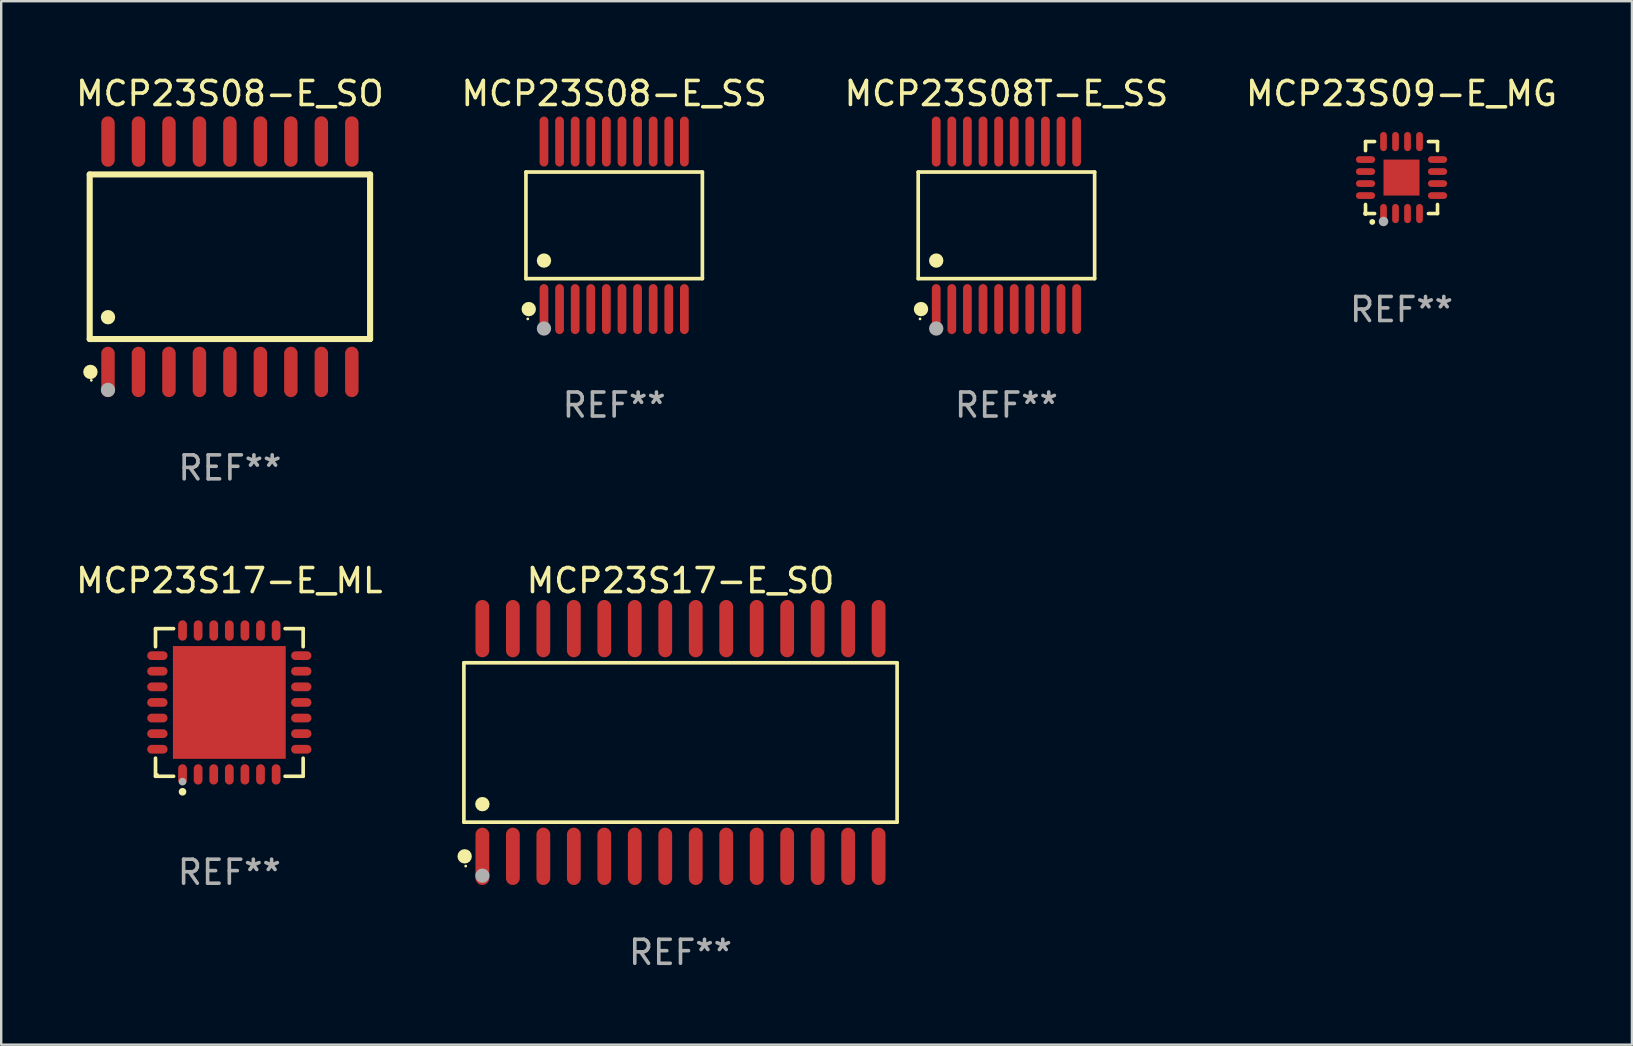
<source format=kicad_pcb>
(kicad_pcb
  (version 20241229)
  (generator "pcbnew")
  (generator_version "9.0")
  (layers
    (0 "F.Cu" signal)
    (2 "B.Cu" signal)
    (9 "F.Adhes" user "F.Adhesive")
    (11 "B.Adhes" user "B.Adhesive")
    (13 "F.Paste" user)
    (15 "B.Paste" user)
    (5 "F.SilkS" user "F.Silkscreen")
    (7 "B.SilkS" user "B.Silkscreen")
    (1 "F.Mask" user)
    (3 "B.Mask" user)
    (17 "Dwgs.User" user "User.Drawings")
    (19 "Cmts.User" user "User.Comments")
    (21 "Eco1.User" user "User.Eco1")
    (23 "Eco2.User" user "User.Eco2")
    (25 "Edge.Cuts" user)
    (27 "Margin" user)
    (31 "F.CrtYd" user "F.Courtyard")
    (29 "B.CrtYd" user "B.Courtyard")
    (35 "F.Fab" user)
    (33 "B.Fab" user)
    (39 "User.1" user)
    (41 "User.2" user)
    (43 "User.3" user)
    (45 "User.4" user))
  (footprint "MCP23S08-E_SS"
    (layer "F.Cu")
    (at 22.542 6.339)
    (property "Reference" "MCP23S08-E_SS" (at 0 -5.491 0) (layer "F.SilkS") (effects (font (size 1 1) (thickness 0.15))))
    (attr through_hole)
    (fp_line (start -3.676 -2.221) (end 3.676 -2.221) (stroke (width 0.152) (type solid)) (layer "F.SilkS"))
    (fp_line (start -3.676 2.221) (end -3.676 -2.221) (stroke (width 0.152) (type solid)) (layer "F.SilkS"))
    (fp_line (start 3.676 -2.221) (end 3.676 2.221) (stroke (width 0.152) (type solid)) (layer "F.SilkS"))
    (fp_line (start 3.676 2.221) (end -3.676 2.221) (stroke (width 0.152) (type solid)) (layer "F.SilkS"))
    (fp_circle (center -3.6 3.9) (end -3.57 3.9) (stroke (width 0.06) (type solid)) (fill no) (layer "F.SilkS"))
    (fp_circle (center -3.559 3.491) (end -3.409 3.491) (stroke (width 0.3) (type solid)) (fill no) (layer "F.SilkS"))
    (fp_circle (center -2.925 1.469) (end -2.775 1.469) (stroke (width 0.3) (type solid)) (fill no) (layer "F.SilkS"))
    (fp_circle (center -2.925 4.3) (end -2.775 4.3) (stroke (width 0.3) (type solid)) (fill no) (layer "F.Fab"))
    (fp_text user "REF**" (at 0 7.491 0) (layer "F.Fab") (effects (font (size 1 1) (thickness 0.15))))
    (pad "1" smd oval (at -2.925 3.491) (size 0.364 2.082) (layers "F.Cu" "F.Mask" "F.Paste"))
    (pad "2" smd oval (at -2.275 3.491) (size 0.364 2.082) (layers "F.Cu" "F.Mask" "F.Paste"))
    (pad "3" smd oval (at -1.625 3.491) (size 0.364 2.082) (layers "F.Cu" "F.Mask" "F.Paste"))
    (pad "4" smd oval (at -0.975 3.491) (size 0.364 2.082) (layers "F.Cu" "F.Mask" "F.Paste"))
    (pad "5" smd oval (at -0.325 3.491) (size 0.364 2.082) (layers "F.Cu" "F.Mask" "F.Paste"))
    (pad "6" smd oval (at 0.325 3.491) (size 0.364 2.082) (layers "F.Cu" "F.Mask" "F.Paste"))
    (pad "7" smd oval (at 0.975 3.491) (size 0.364 2.082) (layers "F.Cu" "F.Mask" "F.Paste"))
    (pad "8" smd oval (at 1.625 3.491) (size 0.364 2.082) (layers "F.Cu" "F.Mask" "F.Paste"))
    (pad "9" smd oval (at 2.275 3.491) (size 0.364 2.082) (layers "F.Cu" "F.Mask" "F.Paste"))
    (pad "10" smd oval (at 2.925 3.491) (size 0.364 2.082) (layers "F.Cu" "F.Mask" "F.Paste"))
    (pad "11" smd oval (at 2.925 -3.491) (size 0.364 2.082) (layers "F.Cu" "F.Mask" "F.Paste"))
    (pad "12" smd oval (at 2.275 -3.491) (size 0.364 2.082) (layers "F.Cu" "F.Mask" "F.Paste"))
    (pad "13" smd oval (at 1.625 -3.491) (size 0.364 2.082) (layers "F.Cu" "F.Mask" "F.Paste"))
    (pad "14" smd oval (at 0.975 -3.491) (size 0.364 2.082) (layers "F.Cu" "F.Mask" "F.Paste"))
    (pad "15" smd oval (at 0.325 -3.491) (size 0.364 2.082) (layers "F.Cu" "F.Mask" "F.Paste"))
    (pad "16" smd oval (at -0.325 -3.491) (size 0.364 2.082) (layers "F.Cu" "F.Mask" "F.Paste"))
    (pad "17" smd oval (at -0.975 -3.491) (size 0.364 2.082) (layers "F.Cu" "F.Mask" "F.Paste"))
    (pad "18" smd oval (at -1.625 -3.491) (size 0.364 2.082) (layers "F.Cu" "F.Mask" "F.Paste"))
    (pad "19" smd oval (at -2.275 -3.491) (size 0.364 2.082) (layers "F.Cu" "F.Mask" "F.Paste"))
    (pad "20" smd oval (at -2.925 -3.491) (size 0.364 2.082) (layers "F.Cu" "F.Mask" "F.Paste")))
  (footprint "MCP23S08T-E_SS"
    (layer "F.Cu")
    (at 38.887 6.339)
    (property "Reference" "MCP23S08T-E_SS" (at 0 -5.491 0) (layer "F.SilkS") (effects (font (size 1 1) (thickness 0.15))))
    (attr through_hole)
    (fp_line (start -3.676 -2.221) (end 3.676 -2.221) (stroke (width 0.152) (type solid)) (layer "F.SilkS"))
    (fp_line (start -3.676 2.221) (end -3.676 -2.221) (stroke (width 0.152) (type solid)) (layer "F.SilkS"))
    (fp_line (start 3.676 -2.221) (end 3.676 2.221) (stroke (width 0.152) (type solid)) (layer "F.SilkS"))
    (fp_line (start 3.676 2.221) (end -3.676 2.221) (stroke (width 0.152) (type solid)) (layer "F.SilkS"))
    (fp_circle (center -3.6 3.9) (end -3.57 3.9) (stroke (width 0.06) (type solid)) (fill no) (layer "F.SilkS"))
    (fp_circle (center -3.559 3.491) (end -3.409 3.491) (stroke (width 0.3) (type solid)) (fill no) (layer "F.SilkS"))
    (fp_circle (center -2.925 1.469) (end -2.775 1.469) (stroke (width 0.3) (type solid)) (fill no) (layer "F.SilkS"))
    (fp_circle (center -2.925 4.3) (end -2.775 4.3) (stroke (width 0.3) (type solid)) (fill no) (layer "F.Fab"))
    (fp_text user "REF**" (at 0 7.491 0) (layer "F.Fab") (effects (font (size 1 1) (thickness 0.15))))
    (pad "1" smd oval (at -2.925 3.491) (size 0.364 2.082) (layers "F.Cu" "F.Mask" "F.Paste"))
    (pad "2" smd oval (at -2.275 3.491) (size 0.364 2.082) (layers "F.Cu" "F.Mask" "F.Paste"))
    (pad "3" smd oval (at -1.625 3.491) (size 0.364 2.082) (layers "F.Cu" "F.Mask" "F.Paste"))
    (pad "4" smd oval (at -0.975 3.491) (size 0.364 2.082) (layers "F.Cu" "F.Mask" "F.Paste"))
    (pad "5" smd oval (at -0.325 3.491) (size 0.364 2.082) (layers "F.Cu" "F.Mask" "F.Paste"))
    (pad "6" smd oval (at 0.325 3.491) (size 0.364 2.082) (layers "F.Cu" "F.Mask" "F.Paste"))
    (pad "7" smd oval (at 0.975 3.491) (size 0.364 2.082) (layers "F.Cu" "F.Mask" "F.Paste"))
    (pad "8" smd oval (at 1.625 3.491) (size 0.364 2.082) (layers "F.Cu" "F.Mask" "F.Paste"))
    (pad "9" smd oval (at 2.275 3.491) (size 0.364 2.082) (layers "F.Cu" "F.Mask" "F.Paste"))
    (pad "10" smd oval (at 2.925 3.491) (size 0.364 2.082) (layers "F.Cu" "F.Mask" "F.Paste"))
    (pad "11" smd oval (at 2.925 -3.491) (size 0.364 2.082) (layers "F.Cu" "F.Mask" "F.Paste"))
    (pad "12" smd oval (at 2.275 -3.491) (size 0.364 2.082) (layers "F.Cu" "F.Mask" "F.Paste"))
    (pad "13" smd oval (at 1.625 -3.491) (size 0.364 2.082) (layers "F.Cu" "F.Mask" "F.Paste"))
    (pad "14" smd oval (at 0.975 -3.491) (size 0.364 2.082) (layers "F.Cu" "F.Mask" "F.Paste"))
    (pad "15" smd oval (at 0.325 -3.491) (size 0.364 2.082) (layers "F.Cu" "F.Mask" "F.Paste"))
    (pad "16" smd oval (at -0.325 -3.491) (size 0.364 2.082) (layers "F.Cu" "F.Mask" "F.Paste"))
    (pad "17" smd oval (at -0.975 -3.491) (size 0.364 2.082) (layers "F.Cu" "F.Mask" "F.Paste"))
    (pad "18" smd oval (at -1.625 -3.491) (size 0.364 2.082) (layers "F.Cu" "F.Mask" "F.Paste"))
    (pad "19" smd oval (at -2.275 -3.491) (size 0.364 2.082) (layers "F.Cu" "F.Mask" "F.Paste"))
    (pad "20" smd oval (at -2.925 -3.491) (size 0.364 2.082) (layers "F.Cu" "F.Mask" "F.Paste")))
  (footprint "MCP23S08-E_SO"
    (layer "F.Cu")
    (at 6.53 7.648)
    (property "Reference" "MCP23S08-E_SO" (at 0 -6.8 0) (layer "F.SilkS") (effects (font (size 1 1) (thickness 0.15))))
    (attr through_hole)
    (fp_line (start -5.842 -3.429) (end -5.842 3.429) (stroke (width 0.254) (type solid)) (layer "F.SilkS"))
    (fp_line (start -5.842 3.429) (end 5.842 3.429) (stroke (width 0.254) (type solid)) (layer "F.SilkS"))
    (fp_line (start 5.842 -3.429) (end -5.842 -3.429) (stroke (width 0.254) (type solid)) (layer "F.SilkS"))
    (fp_line (start 5.842 3.429) (end 5.842 -3.429) (stroke (width 0.254) (type solid)) (layer "F.SilkS"))
    (fp_circle (center -5.812 4.8) (end -5.662 4.8) (stroke (width 0.3) (type solid)) (fill no) (layer "F.SilkS"))
    (fp_circle (center -5.775 5.15) (end -5.745 5.15) (stroke (width 0.06) (type solid)) (fill no) (layer "F.SilkS"))
    (fp_circle (center -5.08 2.519) (end -4.93 2.519) (stroke (width 0.3) (type solid)) (fill no) (layer "F.SilkS"))
    (fp_circle (center -5.08 5.55) (end -4.93 5.55) (stroke (width 0.3) (type solid)) (fill no) (layer "F.Fab"))
    (fp_text user "REF**" (at 0 8.8 0) (layer "F.Fab") (effects (font (size 1 1) (thickness 0.15))))
    (pad "1" smd oval (at -5.08 4.8) (size 0.56 2.1) (layers "F.Cu" "F.Mask" "F.Paste"))
    (pad "2" smd oval (at -3.81 4.8) (size 0.56 2.1) (layers "F.Cu" "F.Mask" "F.Paste"))
    (pad "3" smd oval (at -2.54 4.8) (size 0.56 2.1) (layers "F.Cu" "F.Mask" "F.Paste"))
    (pad "4" smd oval (at -1.27 4.8) (size 0.56 2.1) (layers "F.Cu" "F.Mask" "F.Paste"))
    (pad "5" smd oval (at 0 4.8) (size 0.56 2.1) (layers "F.Cu" "F.Mask" "F.Paste"))
    (pad "6" smd oval (at 1.27 4.8) (size 0.56 2.1) (layers "F.Cu" "F.Mask" "F.Paste"))
    (pad "7" smd oval (at 2.54 4.8) (size 0.56 2.1) (layers "F.Cu" "F.Mask" "F.Paste"))
    (pad "8" smd oval (at 3.81 4.8) (size 0.56 2.1) (layers "F.Cu" "F.Mask" "F.Paste"))
    (pad "9" smd oval (at 5.08 4.8) (size 0.56 2.1) (layers "F.Cu" "F.Mask" "F.Paste"))
    (pad "10" smd oval (at 5.08 -4.8) (size 0.56 2.1) (layers "F.Cu" "F.Mask" "F.Paste"))
    (pad "11" smd oval (at 3.81 -4.8) (size 0.56 2.1) (layers "F.Cu" "F.Mask" "F.Paste"))
    (pad "12" smd oval (at 2.54 -4.8) (size 0.56 2.1) (layers "F.Cu" "F.Mask" "F.Paste"))
    (pad "13" smd oval (at 1.27 -4.8) (size 0.56 2.1) (layers "F.Cu" "F.Mask" "F.Paste"))
    (pad "14" smd oval (at 0 -4.8) (size 0.56 2.1) (layers "F.Cu" "F.Mask" "F.Paste"))
    (pad "15" smd oval (at -1.27 -4.8) (size 0.56 2.1) (layers "F.Cu" "F.Mask" "F.Paste"))
    (pad "16" smd oval (at -2.54 -4.8) (size 0.56 2.1) (layers "F.Cu" "F.Mask" "F.Paste"))
    (pad "17" smd oval (at -3.81 -4.8) (size 0.56 2.1) (layers "F.Cu" "F.Mask" "F.Paste"))
    (pad "18" smd oval (at -5.08 -4.8) (size 0.56 2.1) (layers "F.Cu" "F.Mask" "F.Paste")))
  (footprint "MCP23S09-E_MG"
    (layer "F.Cu")
    (at 55.351 4.349)
    (property "Reference" "MCP23S09-E_MG" (at 0 -3.5 0) (layer "F.SilkS") (effects (font (size 1 1) (thickness 0.15))))
    (attr through_hole)
    (fp_line (start -1.5 -1.5) (end -1.121 -1.5) (stroke (width 0.15) (type solid)) (layer "F.SilkS"))
    (fp_line (start -1.5 -1.122) (end -1.5 -1.5) (stroke (width 0.15) (type solid)) (layer "F.SilkS"))
    (fp_line (start -1.5 1.5) (end -1.5 1.121) (stroke (width 0.15) (type solid)) (layer "F.SilkS"))
    (fp_line (start -1.121 1.5) (end -1.5 1.5) (stroke (width 0.15) (type solid)) (layer "F.SilkS"))
    (fp_line (start 1.121 -1.5) (end 1.5 -1.5) (stroke (width 0.15) (type solid)) (layer "F.SilkS"))
    (fp_line (start 1.5 -1.5) (end 1.5 -1.122) (stroke (width 0.15) (type solid)) (layer "F.SilkS"))
    (fp_line (start 1.5 1.121) (end 1.5 1.5) (stroke (width 0.15) (type solid)) (layer "F.SilkS"))
    (fp_line (start 1.5 1.5) (end 1.121 1.5) (stroke (width 0.15) (type solid)) (layer "F.SilkS"))
    (fp_arc (start -1.219926 1.850254) (mid -1.21891 1.85025) (end -1.217894 1.850254) (stroke (width 0.240005) (type solid)) (layer "F.SilkS"))
    (fp_circle (center -1.5 1.5) (end -1.45 1.5) (stroke (width 0.1) (type solid)) (fill no) (layer "F.SilkS"))
    (fp_circle (center -0.75 1.83) (end -0.65 1.83) (stroke (width 0.2) (type solid)) (fill no) (layer "F.Fab"))
    (fp_text user "REF**" (at 0 5.5 0) (layer "F.Fab") (effects (font (size 1 1) (thickness 0.15))))
    (pad "1" smd oval (at -0.75 1.5) (size 0.28 0.8) (layers "F.Cu" "F.Mask" "F.Paste"))
    (pad "2" smd oval (at -0.25 1.5) (size 0.28 0.8) (layers "F.Cu" "F.Mask" "F.Paste"))
    (pad "3" smd oval (at 0.25 1.5) (size 0.28 0.8) (layers "F.Cu" "F.Mask" "F.Paste"))
    (pad "4" smd oval (at 0.75 1.5) (size 0.28 0.8) (layers "F.Cu" "F.Mask" "F.Paste"))
    (pad "5" smd oval (at 1.5 0.75) (size 0.8 0.28) (layers "F.Cu" "F.Mask" "F.Paste"))
    (pad "6" smd oval (at 1.5 0.25) (size 0.8 0.28) (layers "F.Cu" "F.Mask" "F.Paste"))
    (pad "7" smd oval (at 1.5 -0.25) (size 0.8 0.28) (layers "F.Cu" "F.Mask" "F.Paste"))
    (pad "8" smd oval (at 1.5 -0.75) (size 0.8 0.28) (layers "F.Cu" "F.Mask" "F.Paste"))
    (pad "9" smd oval (at 0.75 -1.5) (size 0.28 0.8) (layers "F.Cu" "F.Mask" "F.Paste"))
    (pad "10" smd oval (at 0.25 -1.5) (size 0.28 0.8) (layers "F.Cu" "F.Mask" "F.Paste"))
    (pad "11" smd oval (at -0.25 -1.5) (size 0.28 0.8) (layers "F.Cu" "F.Mask" "F.Paste"))
    (pad "12" smd oval (at -0.75 -1.5) (size 0.28 0.8) (layers "F.Cu" "F.Mask" "F.Paste"))
    (pad "13" smd oval (at -1.5 -0.75) (size 0.8 0.28) (layers "F.Cu" "F.Mask" "F.Paste"))
    (pad "14" smd oval (at -1.5 -0.25) (size 0.8 0.28) (layers "F.Cu" "F.Mask" "F.Paste"))
    (pad "15" smd oval (at -1.5 0.25) (size 0.8 0.28) (layers "F.Cu" "F.Mask" "F.Paste"))
    (pad "16" smd oval (at -1.5 0.75) (size 0.8 0.28) (layers "F.Cu" "F.Mask" "F.Paste"))
    (pad "17" smd rect (at -0.000064 0.000165) (size 1.5 1.5) (layers "F.Cu" "F.Mask" "F.Paste")))
  (footprint "MCP23S17-E_SO"
    (layer "F.Cu")
    (at 25.306 27.889)
    (property "Reference" "MCP23S17-E_SO" (at 0 -6.744 0) (layer "F.SilkS") (effects (font (size 1 1) (thickness 0.15))))
    (attr through_hole)
    (fp_line (start -9.026 -3.321) (end 9.026 -3.321) (stroke (width 0.152) (type solid)) (layer "F.SilkS"))
    (fp_line (start -9.026 3.321) (end -9.026 -3.321) (stroke (width 0.152) (type solid)) (layer "F.SilkS"))
    (fp_line (start 9.026 -3.321) (end 9.026 3.321) (stroke (width 0.152) (type solid)) (layer "F.SilkS"))
    (fp_line (start 9.026 3.321) (end -9.026 3.321) (stroke (width 0.152) (type solid)) (layer "F.SilkS"))
    (fp_circle (center -8.994 4.744) (end -8.844 4.744) (stroke (width 0.3) (type solid)) (fill no) (layer "F.SilkS"))
    (fp_circle (center -8.95 5.15) (end -8.92 5.15) (stroke (width 0.06) (type solid)) (fill no) (layer "F.SilkS"))
    (fp_circle (center -8.255 2.569) (end -8.105 2.569) (stroke (width 0.3) (type solid)) (fill no) (layer "F.SilkS"))
    (fp_circle (center -8.255 5.55) (end -8.105 5.55) (stroke (width 0.3) (type solid)) (fill no) (layer "F.Fab"))
    (fp_text user "REF**" (at 0 8.744 0) (layer "F.Fab") (effects (font (size 1 1) (thickness 0.15))))
    (pad "1" smd oval (at -8.255 4.744) (size 0.574 2.388) (layers "F.Cu" "F.Mask" "F.Paste"))
    (pad "2" smd oval (at -6.985 4.744) (size 0.574 2.388) (layers "F.Cu" "F.Mask" "F.Paste"))
    (pad "3" smd oval (at -5.715 4.744) (size 0.574 2.388) (layers "F.Cu" "F.Mask" "F.Paste"))
    (pad "4" smd oval (at -4.445 4.744) (size 0.574 2.388) (layers "F.Cu" "F.Mask" "F.Paste"))
    (pad "5" smd oval (at -3.175 4.744) (size 0.574 2.388) (layers "F.Cu" "F.Mask" "F.Paste"))
    (pad "6" smd oval (at -1.905 4.744) (size 0.574 2.388) (layers "F.Cu" "F.Mask" "F.Paste"))
    (pad "7" smd oval (at -0.635 4.744) (size 0.574 2.388) (layers "F.Cu" "F.Mask" "F.Paste"))
    (pad "8" smd oval (at 0.635 4.744) (size 0.574 2.388) (layers "F.Cu" "F.Mask" "F.Paste"))
    (pad "9" smd oval (at 1.905 4.744) (size 0.574 2.388) (layers "F.Cu" "F.Mask" "F.Paste"))
    (pad "10" smd oval (at 3.175 4.744) (size 0.574 2.388) (layers "F.Cu" "F.Mask" "F.Paste"))
    (pad "11" smd oval (at 4.445 4.744) (size 0.574 2.388) (layers "F.Cu" "F.Mask" "F.Paste"))
    (pad "12" smd oval (at 5.715 4.744) (size 0.574 2.388) (layers "F.Cu" "F.Mask" "F.Paste"))
    (pad "13" smd oval (at 6.985 4.744) (size 0.574 2.388) (layers "F.Cu" "F.Mask" "F.Paste"))
    (pad "14" smd oval (at 8.255 4.744) (size 0.574 2.388) (layers "F.Cu" "F.Mask" "F.Paste"))
    (pad "15" smd oval (at 8.255 -4.744) (size 0.574 2.388) (layers "F.Cu" "F.Mask" "F.Paste"))
    (pad "16" smd oval (at 6.985 -4.744) (size 0.574 2.388) (layers "F.Cu" "F.Mask" "F.Paste"))
    (pad "17" smd oval (at 5.715 -4.744) (size 0.574 2.388) (layers "F.Cu" "F.Mask" "F.Paste"))
    (pad "18" smd oval (at 4.445 -4.744) (size 0.574 2.388) (layers "F.Cu" "F.Mask" "F.Paste"))
    (pad "19" smd oval (at 3.175 -4.744) (size 0.574 2.388) (layers "F.Cu" "F.Mask" "F.Paste"))
    (pad "20" smd oval (at 1.905 -4.744) (size 0.574 2.388) (layers "F.Cu" "F.Mask" "F.Paste"))
    (pad "21" smd oval (at 0.635 -4.744) (size 0.574 2.388) (layers "F.Cu" "F.Mask" "F.Paste"))
    (pad "22" smd oval (at -0.635 -4.744) (size 0.574 2.388) (layers "F.Cu" "F.Mask" "F.Paste"))
    (pad "23" smd oval (at -1.905 -4.744) (size 0.574 2.388) (layers "F.Cu" "F.Mask" "F.Paste"))
    (pad "24" smd oval (at -3.175 -4.744) (size 0.574 2.388) (layers "F.Cu" "F.Mask" "F.Paste"))
    (pad "25" smd oval (at -4.445 -4.744) (size 0.574 2.388) (layers "F.Cu" "F.Mask" "F.Paste"))
    (pad "26" smd oval (at -5.715 -4.744) (size 0.574 2.388) (layers "F.Cu" "F.Mask" "F.Paste"))
    (pad "27" smd oval (at -6.985 -4.744) (size 0.574 2.388) (layers "F.Cu" "F.Mask" "F.Paste"))
    (pad "28" smd oval (at -8.255 -4.744) (size 0.574 2.388) (layers "F.Cu" "F.Mask" "F.Paste")))
  (footprint "MCP23S17-E_ML"
    (layer "F.Cu")
    (at 6.506 26.221)
    (property "Reference" "MCP23S17-E_ML" (at 0 -5.076 0) (layer "F.SilkS") (effects (font (size 1 1) (thickness 0.15))))
    (attr through_hole)
    (fp_line (start -3.076 -3.076) (end -2.323 -3.076) (stroke (width 0.152) (type solid)) (layer "F.SilkS"))
    (fp_line (start -3.076 -2.323) (end -3.076 -3.076) (stroke (width 0.152) (type solid)) (layer "F.SilkS"))
    (fp_line (start -3.076 2.323) (end -3.076 3.076) (stroke (width 0.152) (type solid)) (layer "F.SilkS"))
    (fp_line (start -3.076 3.076) (end -2.323 3.076) (stroke (width 0.152) (type solid)) (layer "F.SilkS"))
    (fp_line (start 3.076 -3.076) (end 2.323 -3.076) (stroke (width 0.152) (type solid)) (layer "F.SilkS"))
    (fp_line (start 3.076 -2.323) (end 3.076 -3.076) (stroke (width 0.152) (type solid)) (layer "F.SilkS"))
    (fp_line (start 3.076 2.323) (end 3.076 3.076) (stroke (width 0.152) (type solid)) (layer "F.SilkS"))
    (fp_line (start 3.076 3.076) (end 2.323 3.076) (stroke (width 0.152) (type solid)) (layer "F.SilkS"))
    (fp_circle (center -3 3) (end -2.97 3) (stroke (width 0.06) (type solid)) (fill no) (layer "F.SilkS"))
    (fp_circle (center -1.95 3.722) (end -1.87 3.722) (stroke (width 0.16) (type solid)) (fill no) (layer "F.SilkS"))
    (fp_circle (center -1.95 3.3) (end -1.87 3.3) (stroke (width 0.16) (type solid)) (fill no) (layer "F.Fab"))
    (fp_text user "REF**" (at 0 7.076 0) (layer "F.Fab") (effects (font (size 1 1) (thickness 0.15))))
    (pad "1" smd oval (at -1.95 2.998) (size 0.364 0.847) (layers "F.Cu" "F.Mask" "F.Paste"))
    (pad "2" smd oval (at -1.3 2.998) (size 0.364 0.847) (layers "F.Cu" "F.Mask" "F.Paste"))
    (pad "3" smd oval (at -0.65 2.998) (size 0.364 0.847) (layers "F.Cu" "F.Mask" "F.Paste"))
    (pad "4" smd oval (at 0 2.998) (size 0.364 0.847) (layers "F.Cu" "F.Mask" "F.Paste"))
    (pad "5" smd oval (at 0.65 2.998) (size 0.364 0.847) (layers "F.Cu" "F.Mask" "F.Paste"))
    (pad "6" smd oval (at 1.3 2.998) (size 0.364 0.847) (layers "F.Cu" "F.Mask" "F.Paste"))
    (pad "7" smd oval (at 1.95 2.998) (size 0.364 0.847) (layers "F.Cu" "F.Mask" "F.Paste"))
    (pad "8" smd oval (at 2.998 1.95) (size 0.847 0.364) (layers "F.Cu" "F.Mask" "F.Paste"))
    (pad "9" smd oval (at 2.998 1.3) (size 0.847 0.364) (layers "F.Cu" "F.Mask" "F.Paste"))
    (pad "10" smd oval (at 2.998 0.65) (size 0.847 0.364) (layers "F.Cu" "F.Mask" "F.Paste"))
    (pad "11" smd oval (at 2.998 0) (size 0.847 0.364) (layers "F.Cu" "F.Mask" "F.Paste"))
    (pad "12" smd oval (at 2.998 -0.65) (size 0.847 0.364) (layers "F.Cu" "F.Mask" "F.Paste"))
    (pad "13" smd oval (at 2.998 -1.3) (size 0.847 0.364) (layers "F.Cu" "F.Mask" "F.Paste"))
    (pad "14" smd oval (at 2.998 -1.95) (size 0.847 0.364) (layers "F.Cu" "F.Mask" "F.Paste"))
    (pad "15" smd oval (at 1.95 -2.998) (size 0.364 0.847) (layers "F.Cu" "F.Mask" "F.Paste"))
    (pad "16" smd oval (at 1.3 -2.998) (size 0.364 0.847) (layers "F.Cu" "F.Mask" "F.Paste"))
    (pad "17" smd oval (at 0.65 -2.998) (size 0.364 0.847) (layers "F.Cu" "F.Mask" "F.Paste"))
    (pad "18" smd oval (at 0 -2.998) (size 0.364 0.847) (layers "F.Cu" "F.Mask" "F.Paste"))
    (pad "19" smd oval (at -0.65 -2.998) (size 0.364 0.847) (layers "F.Cu" "F.Mask" "F.Paste"))
    (pad "20" smd oval (at -1.3 -2.998) (size 0.364 0.847) (layers "F.Cu" "F.Mask" "F.Paste"))
    (pad "21" smd oval (at -1.95 -2.998) (size 0.364 0.847) (layers "F.Cu" "F.Mask" "F.Paste"))
    (pad "22" smd oval (at -2.998 -1.95) (size 0.847 0.364) (layers "F.Cu" "F.Mask" "F.Paste"))
    (pad "23" smd oval (at -2.998 -1.3) (size 0.847 0.364) (layers "F.Cu" "F.Mask" "F.Paste"))
    (pad "24" smd oval (at -2.998 -0.65) (size 0.847 0.364) (layers "F.Cu" "F.Mask" "F.Paste"))
    (pad "25" smd oval (at -2.998 0) (size 0.847 0.364) (layers "F.Cu" "F.Mask" "F.Paste"))
    (pad "26" smd oval (at -2.998 0.65) (size 0.847 0.364) (layers "F.Cu" "F.Mask" "F.Paste"))
    (pad "27" smd oval (at -2.998 1.3) (size 0.847 0.364) (layers "F.Cu" "F.Mask" "F.Paste"))
    (pad "28" smd oval (at -2.998 1.95) (size 0.847 0.364) (layers "F.Cu" "F.Mask" "F.Paste"))
    (pad "29" smd rect (at 0 0) (size 4.7 4.7) (layers "F.Cu" "F.Mask" "F.Paste")))
  (gr_rect
    (start -3 -3)
    (end 64.952 40.481)
    (stroke (width 0.1) (type default))
    (fill no)
    (layer "Edge.Cuts")))
</source>
